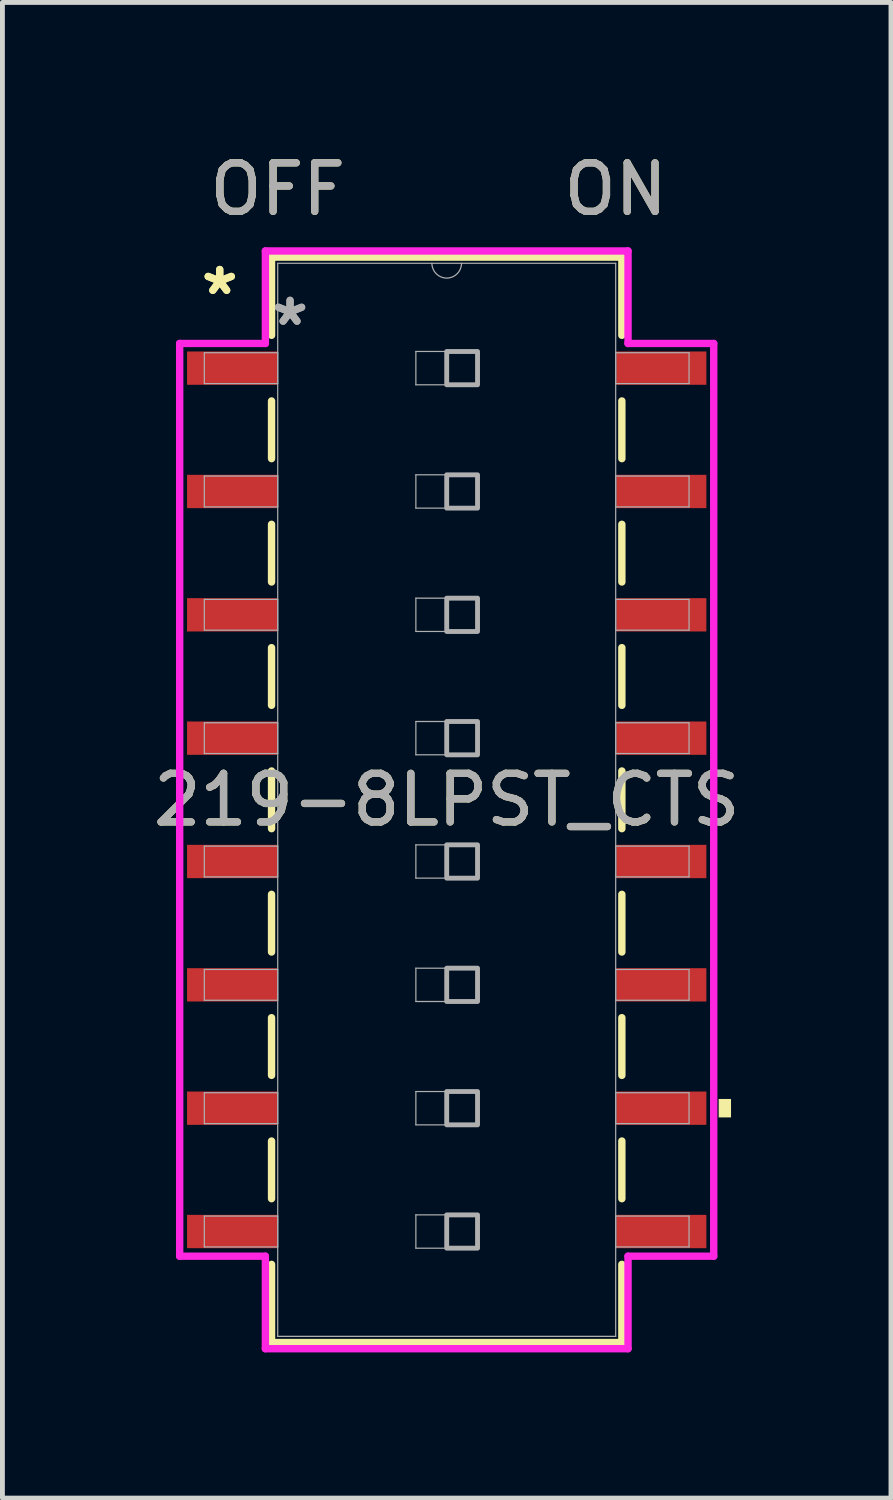
<source format=kicad_pcb>
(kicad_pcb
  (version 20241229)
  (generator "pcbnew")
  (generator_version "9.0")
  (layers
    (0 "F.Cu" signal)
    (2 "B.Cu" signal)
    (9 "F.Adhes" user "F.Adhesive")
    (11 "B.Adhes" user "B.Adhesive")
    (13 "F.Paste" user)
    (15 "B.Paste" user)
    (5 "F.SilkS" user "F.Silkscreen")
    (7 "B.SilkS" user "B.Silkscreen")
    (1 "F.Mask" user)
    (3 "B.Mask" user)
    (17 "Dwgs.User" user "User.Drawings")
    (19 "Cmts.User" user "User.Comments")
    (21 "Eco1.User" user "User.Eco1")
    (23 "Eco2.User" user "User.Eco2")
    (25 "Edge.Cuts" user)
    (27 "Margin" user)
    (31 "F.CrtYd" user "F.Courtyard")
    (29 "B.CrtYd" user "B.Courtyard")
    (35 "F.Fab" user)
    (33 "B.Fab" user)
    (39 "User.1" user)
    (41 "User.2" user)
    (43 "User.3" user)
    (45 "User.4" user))
  (footprint "219-8LPST_CTS"
    (layer "F.Cu")
    (at 6.149 13.421)
    (property "Reference" "219-8LPST_CTS" (at 0 0 0) (unlocked yes) (layer "F.SilkS") (effects (font (size 1 1) (thickness 0.15))))
    (attr smd)
    (fp_line (start -3.607 -11.176) (end -3.607 -9.566) (stroke (width 0.152) (type solid)) (layer "F.SilkS"))
    (fp_line (start -3.607 -8.214) (end -3.607 -7.026) (stroke (width 0.152) (type solid)) (layer "F.SilkS"))
    (fp_line (start -3.607 -5.674) (end -3.607 -4.486) (stroke (width 0.152) (type solid)) (layer "F.SilkS"))
    (fp_line (start -3.607 -3.134) (end -3.607 -1.946) (stroke (width 0.152) (type solid)) (layer "F.SilkS"))
    (fp_line (start -3.607 -0.594) (end -3.607 0.594) (stroke (width 0.152) (type solid)) (layer "F.SilkS"))
    (fp_line (start -3.607 1.946) (end -3.607 3.134) (stroke (width 0.152) (type solid)) (layer "F.SilkS"))
    (fp_line (start -3.607 4.486) (end -3.607 5.674) (stroke (width 0.152) (type solid)) (layer "F.SilkS"))
    (fp_line (start -3.607 7.026) (end -3.607 8.214) (stroke (width 0.152) (type solid)) (layer "F.SilkS"))
    (fp_line (start -3.607 9.566) (end -3.607 11.176) (stroke (width 0.152) (type solid)) (layer "F.SilkS"))
    (fp_line (start -3.607 11.176) (end 3.607 11.176) (stroke (width 0.152) (type solid)) (layer "F.SilkS"))
    (fp_line (start 3.607 -11.176) (end -3.607 -11.176) (stroke (width 0.152) (type solid)) (layer "F.SilkS"))
    (fp_line (start 3.607 -9.566) (end 3.607 -11.176) (stroke (width 0.152) (type solid)) (layer "F.SilkS"))
    (fp_line (start 3.607 -7.026) (end 3.607 -8.214) (stroke (width 0.152) (type solid)) (layer "F.SilkS"))
    (fp_line (start 3.607 -4.486) (end 3.607 -5.674) (stroke (width 0.152) (type solid)) (layer "F.SilkS"))
    (fp_line (start 3.607 -1.946) (end 3.607 -3.134) (stroke (width 0.152) (type solid)) (layer "F.SilkS"))
    (fp_line (start 3.607 0.594) (end 3.607 -0.594) (stroke (width 0.152) (type solid)) (layer "F.SilkS"))
    (fp_line (start 3.607 3.134) (end 3.607 1.946) (stroke (width 0.152) (type solid)) (layer "F.SilkS"))
    (fp_line (start 3.607 5.674) (end 3.607 4.486) (stroke (width 0.152) (type solid)) (layer "F.SilkS"))
    (fp_line (start 3.607 8.214) (end 3.607 7.026) (stroke (width 0.152) (type solid)) (layer "F.SilkS"))
    (fp_line (start 3.607 11.176) (end 3.607 9.566) (stroke (width 0.152) (type solid)) (layer "F.SilkS"))
    (fp_poly (pts (xy 5.855 6.16) (xy 5.855 6.54) (xy 5.601 6.54) (xy 5.601 6.16)) (stroke (width 0) (type solid)) (fill yes) (layer "F.SilkS"))
    (fp_line (start -5.499 -9.398) (end -3.734 -9.398) (stroke (width 0.152) (type solid)) (layer "F.CrtYd"))
    (fp_line (start -5.499 9.398) (end -5.499 -9.398) (stroke (width 0.152) (type solid)) (layer "F.CrtYd"))
    (fp_line (start -3.734 -11.303) (end 3.734 -11.303) (stroke (width 0.152) (type solid)) (layer "F.CrtYd"))
    (fp_line (start -3.734 -9.398) (end -3.734 -11.303) (stroke (width 0.152) (type solid)) (layer "F.CrtYd"))
    (fp_line (start -3.734 9.398) (end -5.499 9.398) (stroke (width 0.152) (type solid)) (layer "F.CrtYd"))
    (fp_line (start -3.734 11.303) (end -3.734 9.398) (stroke (width 0.152) (type solid)) (layer "F.CrtYd"))
    (fp_line (start 3.734 -11.303) (end 3.734 -9.398) (stroke (width 0.152) (type solid)) (layer "F.CrtYd"))
    (fp_line (start 3.734 -9.398) (end 5.499 -9.398) (stroke (width 0.152) (type solid)) (layer "F.CrtYd"))
    (fp_line (start 3.734 9.398) (end 3.734 11.303) (stroke (width 0.152) (type solid)) (layer "F.CrtYd"))
    (fp_line (start 3.734 11.303) (end -3.734 11.303) (stroke (width 0.152) (type solid)) (layer "F.CrtYd"))
    (fp_line (start 5.499 -9.398) (end 5.499 9.398) (stroke (width 0.152) (type solid)) (layer "F.CrtYd"))
    (fp_line (start 5.499 9.398) (end 3.734 9.398) (stroke (width 0.152) (type solid)) (layer "F.CrtYd"))
    (fp_line (start -4.991 -9.207) (end -4.991 -8.572) (stroke (width 0.025) (type solid)) (layer "F.Fab"))
    (fp_line (start -4.991 -8.572) (end -3.48 -8.572) (stroke (width 0.025) (type solid)) (layer "F.Fab"))
    (fp_line (start -4.991 -6.668) (end -4.991 -6.032) (stroke (width 0.025) (type solid)) (layer "F.Fab"))
    (fp_line (start -4.991 -6.032) (end -3.48 -6.032) (stroke (width 0.025) (type solid)) (layer "F.Fab"))
    (fp_line (start -4.991 -4.128) (end -4.991 -3.493) (stroke (width 0.025) (type solid)) (layer "F.Fab"))
    (fp_line (start -4.991 -3.493) (end -3.48 -3.493) (stroke (width 0.025) (type solid)) (layer "F.Fab"))
    (fp_line (start -4.991 -1.587) (end -4.991 -0.953) (stroke (width 0.025) (type solid)) (layer "F.Fab"))
    (fp_line (start -4.991 -0.953) (end -3.48 -0.953) (stroke (width 0.025) (type solid)) (layer "F.Fab"))
    (fp_line (start -4.991 0.953) (end -4.991 1.587) (stroke (width 0.025) (type solid)) (layer "F.Fab"))
    (fp_line (start -4.991 1.587) (end -3.48 1.587) (stroke (width 0.025) (type solid)) (layer "F.Fab"))
    (fp_line (start -4.991 3.493) (end -4.991 4.128) (stroke (width 0.025) (type solid)) (layer "F.Fab"))
    (fp_line (start -4.991 4.128) (end -3.48 4.128) (stroke (width 0.025) (type solid)) (layer "F.Fab"))
    (fp_line (start -4.991 6.032) (end -4.991 6.668) (stroke (width 0.025) (type solid)) (layer "F.Fab"))
    (fp_line (start -4.991 6.668) (end -3.48 6.668) (stroke (width 0.025) (type solid)) (layer "F.Fab"))
    (fp_line (start -4.991 8.572) (end -4.991 9.207) (stroke (width 0.025) (type solid)) (layer "F.Fab"))
    (fp_line (start -4.991 9.207) (end -3.48 9.207) (stroke (width 0.025) (type solid)) (layer "F.Fab"))
    (fp_line (start -3.48 -11.049) (end -3.48 11.049) (stroke (width 0.025) (type solid)) (layer "F.Fab"))
    (fp_line (start -3.48 -9.207) (end -4.991 -9.207) (stroke (width 0.025) (type solid)) (layer "F.Fab"))
    (fp_line (start -3.48 -8.572) (end -3.48 -9.207) (stroke (width 0.025) (type solid)) (layer "F.Fab"))
    (fp_line (start -3.48 -6.668) (end -4.991 -6.668) (stroke (width 0.025) (type solid)) (layer "F.Fab"))
    (fp_line (start -3.48 -6.032) (end -3.48 -6.668) (stroke (width 0.025) (type solid)) (layer "F.Fab"))
    (fp_line (start -3.48 -4.128) (end -4.991 -4.128) (stroke (width 0.025) (type solid)) (layer "F.Fab"))
    (fp_line (start -3.48 -3.493) (end -3.48 -4.128) (stroke (width 0.025) (type solid)) (layer "F.Fab"))
    (fp_line (start -3.48 -1.587) (end -4.991 -1.587) (stroke (width 0.025) (type solid)) (layer "F.Fab"))
    (fp_line (start -3.48 -0.953) (end -3.48 -1.587) (stroke (width 0.025) (type solid)) (layer "F.Fab"))
    (fp_line (start -3.48 0.953) (end -4.991 0.953) (stroke (width 0.025) (type solid)) (layer "F.Fab"))
    (fp_line (start -3.48 1.587) (end -3.48 0.953) (stroke (width 0.025) (type solid)) (layer "F.Fab"))
    (fp_line (start -3.48 3.493) (end -4.991 3.493) (stroke (width 0.025) (type solid)) (layer "F.Fab"))
    (fp_line (start -3.48 4.128) (end -3.48 3.493) (stroke (width 0.025) (type solid)) (layer "F.Fab"))
    (fp_line (start -3.48 6.032) (end -4.991 6.032) (stroke (width 0.025) (type solid)) (layer "F.Fab"))
    (fp_line (start -3.48 6.668) (end -3.48 6.032) (stroke (width 0.025) (type solid)) (layer "F.Fab"))
    (fp_line (start -3.48 8.572) (end -4.991 8.572) (stroke (width 0.025) (type solid)) (layer "F.Fab"))
    (fp_line (start -3.48 9.207) (end -3.48 8.572) (stroke (width 0.025) (type solid)) (layer "F.Fab"))
    (fp_line (start -3.48 11.049) (end 3.48 11.049) (stroke (width 0.025) (type solid)) (layer "F.Fab"))
    (fp_line (start -0.635 -9.233) (end 0.635 -9.233) (stroke (width 0.025) (type solid)) (layer "F.Fab"))
    (fp_line (start -0.635 -8.547) (end -0.635 -9.233) (stroke (width 0.025) (type solid)) (layer "F.Fab"))
    (fp_line (start -0.635 -6.693) (end 0.635 -6.693) (stroke (width 0.025) (type solid)) (layer "F.Fab"))
    (fp_line (start -0.635 -6.007) (end -0.635 -6.693) (stroke (width 0.025) (type solid)) (layer "F.Fab"))
    (fp_line (start -0.635 -4.153) (end 0.635 -4.153) (stroke (width 0.025) (type solid)) (layer "F.Fab"))
    (fp_line (start -0.635 -3.467) (end -0.635 -4.153) (stroke (width 0.025) (type solid)) (layer "F.Fab"))
    (fp_line (start -0.635 -1.613) (end 0.635 -1.613) (stroke (width 0.025) (type solid)) (layer "F.Fab"))
    (fp_line (start -0.635 -0.927) (end -0.635 -1.613) (stroke (width 0.025) (type solid)) (layer "F.Fab"))
    (fp_line (start -0.635 0.927) (end 0.635 0.927) (stroke (width 0.025) (type solid)) (layer "F.Fab"))
    (fp_line (start -0.635 1.613) (end -0.635 0.927) (stroke (width 0.025) (type solid)) (layer "F.Fab"))
    (fp_line (start -0.635 3.467) (end 0.635 3.467) (stroke (width 0.025) (type solid)) (layer "F.Fab"))
    (fp_line (start -0.635 4.153) (end -0.635 3.467) (stroke (width 0.025) (type solid)) (layer "F.Fab"))
    (fp_line (start -0.635 6.007) (end 0.635 6.007) (stroke (width 0.025) (type solid)) (layer "F.Fab"))
    (fp_line (start -0.635 6.693) (end -0.635 6.007) (stroke (width 0.025) (type solid)) (layer "F.Fab"))
    (fp_line (start -0.635 8.547) (end 0.635 8.547) (stroke (width 0.025) (type solid)) (layer "F.Fab"))
    (fp_line (start -0.635 9.233) (end -0.635 8.547) (stroke (width 0.025) (type solid)) (layer "F.Fab"))
    (fp_line (start 0.635 -9.233) (end 0.635 -8.547) (stroke (width 0.025) (type solid)) (layer "F.Fab"))
    (fp_line (start 0.635 -8.547) (end -0.635 -8.547) (stroke (width 0.025) (type solid)) (layer "F.Fab"))
    (fp_line (start 0.635 -6.693) (end 0.635 -6.007) (stroke (width 0.025) (type solid)) (layer "F.Fab"))
    (fp_line (start 0.635 -6.007) (end -0.635 -6.007) (stroke (width 0.025) (type solid)) (layer "F.Fab"))
    (fp_line (start 0.635 -4.153) (end 0.635 -3.467) (stroke (width 0.025) (type solid)) (layer "F.Fab"))
    (fp_line (start 0.635 -3.467) (end -0.635 -3.467) (stroke (width 0.025) (type solid)) (layer "F.Fab"))
    (fp_line (start 0.635 -1.613) (end 0.635 -0.927) (stroke (width 0.025) (type solid)) (layer "F.Fab"))
    (fp_line (start 0.635 -0.927) (end -0.635 -0.927) (stroke (width 0.025) (type solid)) (layer "F.Fab"))
    (fp_line (start 0.635 0.927) (end 0.635 1.613) (stroke (width 0.025) (type solid)) (layer "F.Fab"))
    (fp_line (start 0.635 1.613) (end -0.635 1.613) (stroke (width 0.025) (type solid)) (layer "F.Fab"))
    (fp_line (start 0.635 3.467) (end 0.635 4.153) (stroke (width 0.025) (type solid)) (layer "F.Fab"))
    (fp_line (start 0.635 4.153) (end -0.635 4.153) (stroke (width 0.025) (type solid)) (layer "F.Fab"))
    (fp_line (start 0.635 6.007) (end 0.635 6.693) (stroke (width 0.025) (type solid)) (layer "F.Fab"))
    (fp_line (start 0.635 6.693) (end -0.635 6.693) (stroke (width 0.025) (type solid)) (layer "F.Fab"))
    (fp_line (start 0.635 8.547) (end 0.635 9.233) (stroke (width 0.025) (type solid)) (layer "F.Fab"))
    (fp_line (start 0.635 9.233) (end -0.635 9.233) (stroke (width 0.025) (type solid)) (layer "F.Fab"))
    (fp_line (start 3.48 -11.049) (end -3.48 -11.049) (stroke (width 0.025) (type solid)) (layer "F.Fab"))
    (fp_line (start 3.48 -9.207) (end 3.48 -8.572) (stroke (width 0.025) (type solid)) (layer "F.Fab"))
    (fp_line (start 3.48 -8.572) (end 4.991 -8.572) (stroke (width 0.025) (type solid)) (layer "F.Fab"))
    (fp_line (start 3.48 -6.668) (end 3.48 -6.032) (stroke (width 0.025) (type solid)) (layer "F.Fab"))
    (fp_line (start 3.48 -6.032) (end 4.991 -6.032) (stroke (width 0.025) (type solid)) (layer "F.Fab"))
    (fp_line (start 3.48 -4.128) (end 3.48 -3.493) (stroke (width 0.025) (type solid)) (layer "F.Fab"))
    (fp_line (start 3.48 -3.493) (end 4.991 -3.493) (stroke (width 0.025) (type solid)) (layer "F.Fab"))
    (fp_line (start 3.48 -1.587) (end 3.48 -0.953) (stroke (width 0.025) (type solid)) (layer "F.Fab"))
    (fp_line (start 3.48 -0.953) (end 4.991 -0.953) (stroke (width 0.025) (type solid)) (layer "F.Fab"))
    (fp_line (start 3.48 0.953) (end 3.48 1.587) (stroke (width 0.025) (type solid)) (layer "F.Fab"))
    (fp_line (start 3.48 1.587) (end 4.991 1.587) (stroke (width 0.025) (type solid)) (layer "F.Fab"))
    (fp_line (start 3.48 3.493) (end 3.48 4.128) (stroke (width 0.025) (type solid)) (layer "F.Fab"))
    (fp_line (start 3.48 4.128) (end 4.991 4.128) (stroke (width 0.025) (type solid)) (layer "F.Fab"))
    (fp_line (start 3.48 6.032) (end 3.48 6.668) (stroke (width 0.025) (type solid)) (layer "F.Fab"))
    (fp_line (start 3.48 6.668) (end 4.991 6.668) (stroke (width 0.025) (type solid)) (layer "F.Fab"))
    (fp_line (start 3.48 8.572) (end 3.48 9.207) (stroke (width 0.025) (type solid)) (layer "F.Fab"))
    (fp_line (start 3.48 9.207) (end 4.991 9.207) (stroke (width 0.025) (type solid)) (layer "F.Fab"))
    (fp_line (start 3.48 11.049) (end 3.48 -11.049) (stroke (width 0.025) (type solid)) (layer "F.Fab"))
    (fp_line (start 4.991 -9.207) (end 3.48 -9.207) (stroke (width 0.025) (type solid)) (layer "F.Fab"))
    (fp_line (start 4.991 -8.572) (end 4.991 -9.207) (stroke (width 0.025) (type solid)) (layer "F.Fab"))
    (fp_line (start 4.991 -6.668) (end 3.48 -6.668) (stroke (width 0.025) (type solid)) (layer "F.Fab"))
    (fp_line (start 4.991 -6.032) (end 4.991 -6.668) (stroke (width 0.025) (type solid)) (layer "F.Fab"))
    (fp_line (start 4.991 -4.128) (end 3.48 -4.128) (stroke (width 0.025) (type solid)) (layer "F.Fab"))
    (fp_line (start 4.991 -3.493) (end 4.991 -4.128) (stroke (width 0.025) (type solid)) (layer "F.Fab"))
    (fp_line (start 4.991 -1.587) (end 3.48 -1.587) (stroke (width 0.025) (type solid)) (layer "F.Fab"))
    (fp_line (start 4.991 -0.953) (end 4.991 -1.587) (stroke (width 0.025) (type solid)) (layer "F.Fab"))
    (fp_line (start 4.991 0.953) (end 3.48 0.953) (stroke (width 0.025) (type solid)) (layer "F.Fab"))
    (fp_line (start 4.991 1.587) (end 4.991 0.953) (stroke (width 0.025) (type solid)) (layer "F.Fab"))
    (fp_line (start 4.991 3.493) (end 3.48 3.493) (stroke (width 0.025) (type solid)) (layer "F.Fab"))
    (fp_line (start 4.991 4.128) (end 4.991 3.493) (stroke (width 0.025) (type solid)) (layer "F.Fab"))
    (fp_line (start 4.991 6.032) (end 3.48 6.032) (stroke (width 0.025) (type solid)) (layer "F.Fab"))
    (fp_line (start 4.991 6.668) (end 4.991 6.032) (stroke (width 0.025) (type solid)) (layer "F.Fab"))
    (fp_line (start 4.991 8.572) (end 3.48 8.572) (stroke (width 0.025) (type solid)) (layer "F.Fab"))
    (fp_line (start 4.991 9.207) (end 4.991 8.572) (stroke (width 0.025) (type solid)) (layer "F.Fab"))
    (fp_arc (start 0.3048 -11.049) (mid 0 -10.7442) (end -0.3048 -11.049) (stroke (width 0.0254) (type solid)) (layer "F.Fab"))
    (fp_poly (pts (xy 0 -9.233) (xy 0.635 -9.233) (xy 0.635 -8.547) (xy 0 -8.547)) (stroke (width 0.1) (type solid)) (fill no) (layer "F.Fab"))
    (fp_poly (pts (xy 0 -6.693) (xy 0.635 -6.693) (xy 0.635 -6.007) (xy 0 -6.007)) (stroke (width 0.1) (type solid)) (fill no) (layer "F.Fab"))
    (fp_poly (pts (xy 0 -4.153) (xy 0.635 -4.153) (xy 0.635 -3.467) (xy 0 -3.467)) (stroke (width 0.1) (type solid)) (fill no) (layer "F.Fab"))
    (fp_poly (pts (xy 0 -1.613) (xy 0.635 -1.613) (xy 0.635 -0.927) (xy 0 -0.927)) (stroke (width 0.1) (type solid)) (fill no) (layer "F.Fab"))
    (fp_poly (pts (xy 0 0.927) (xy 0.635 0.927) (xy 0.635 1.613) (xy 0 1.613)) (stroke (width 0.1) (type solid)) (fill no) (layer "F.Fab"))
    (fp_poly (pts (xy 0 3.467) (xy 0.635 3.467) (xy 0.635 4.153) (xy 0 4.153)) (stroke (width 0.1) (type solid)) (fill no) (layer "F.Fab"))
    (fp_poly (pts (xy 0 6.007) (xy 0.635 6.007) (xy 0.635 6.693) (xy 0 6.693)) (stroke (width 0.1) (type solid)) (fill no) (layer "F.Fab"))
    (fp_poly (pts (xy 0 8.547) (xy 0.635 8.547) (xy 0.635 9.233) (xy 0 9.233)) (stroke (width 0.1) (type solid)) (fill no) (layer "F.Fab"))
    (fp_text user "*" (at -4.674 -10.376 0) (unlocked yes) (layer "F.SilkS") (effects (font (size 1 1) (thickness 0.15))))
    (fp_text user "ON" (at 3.48 -12.573 0) (unlocked yes) (layer "F.SilkS") (effects (font (size 1 1) (thickness 0.15))))
    (fp_text user "*" (at -4.674 -10.376 0) (layer "F.SilkS") (effects (font (size 1 1) (thickness 0.15))))
    (fp_text user "OFF" (at -3.48 -12.573 0) (unlocked yes) (layer "F.SilkS") (effects (font (size 1 1) (thickness 0.15))))
    (fp_text user "*" (at -3.226 -9.741 0) (unlocked yes) (layer "F.Fab") (effects (font (size 1 1) (thickness 0.15))))
    (fp_text user "ON" (at 3.48 -12.573 0) (unlocked yes) (layer "F.Fab") (effects (font (size 1 1) (thickness 0.15))))
    (fp_text user "*" (at -3.226 -9.741 0) (layer "F.Fab") (effects (font (size 1 1) (thickness 0.15))))
    (fp_text user "${REFERENCE}" (at 0 0 0) (unlocked yes) (layer "F.Fab") (effects (font (size 1 1) (thickness 0.15))))
    (fp_text user "OFF" (at -3.48 -12.573 0) (unlocked yes) (layer "F.Fab") (effects (font (size 1 1) (thickness 0.15))))
    (pad "1" smd rect (at -4.42 -8.89) (size 1.854 0.686) (layers "F.Cu" "F.Mask" "F.Paste"))
    (pad "2" smd rect (at -4.42 -6.35) (size 1.854 0.686) (layers "F.Cu" "F.Mask" "F.Paste"))
    (pad "3" smd rect (at -4.42 -3.81) (size 1.854 0.686) (layers "F.Cu" "F.Mask" "F.Paste"))
    (pad "4" smd rect (at -4.42 -1.27) (size 1.854 0.686) (layers "F.Cu" "F.Mask" "F.Paste"))
    (pad "5" smd rect (at -4.42 1.27) (size 1.854 0.686) (layers "F.Cu" "F.Mask" "F.Paste"))
    (pad "6" smd rect (at -4.42 3.81) (size 1.854 0.686) (layers "F.Cu" "F.Mask" "F.Paste"))
    (pad "7" smd rect (at -4.42 6.35) (size 1.854 0.686) (layers "F.Cu" "F.Mask" "F.Paste"))
    (pad "8" smd rect (at -4.42 8.89) (size 1.854 0.686) (layers "F.Cu" "F.Mask" "F.Paste"))
    (pad "9" smd rect (at 4.42 8.89) (size 1.854 0.686) (layers "F.Cu" "F.Mask" "F.Paste"))
    (pad "10" smd rect (at 4.42 6.35) (size 1.854 0.686) (layers "F.Cu" "F.Mask" "F.Paste"))
    (pad "11" smd rect (at 4.42 3.81) (size 1.854 0.686) (layers "F.Cu" "F.Mask" "F.Paste"))
    (pad "12" smd rect (at 4.42 1.27) (size 1.854 0.686) (layers "F.Cu" "F.Mask" "F.Paste"))
    (pad "13" smd rect (at 4.42 -1.27) (size 1.854 0.686) (layers "F.Cu" "F.Mask" "F.Paste"))
    (pad "14" smd rect (at 4.42 -3.81) (size 1.854 0.686) (layers "F.Cu" "F.Mask" "F.Paste"))
    (pad "15" smd rect (at 4.42 -6.35) (size 1.854 0.686) (layers "F.Cu" "F.Mask" "F.Paste"))
    (pad "16" smd rect (at 4.42 -8.89) (size 1.854 0.686) (layers "F.Cu" "F.Mask" "F.Paste")))
  (gr_rect
    (start -3 -3)
    (end 15.298 27.8)
    (stroke (width 0.1) (type default))
    (fill no)
    (layer "Edge.Cuts")))
</source>
